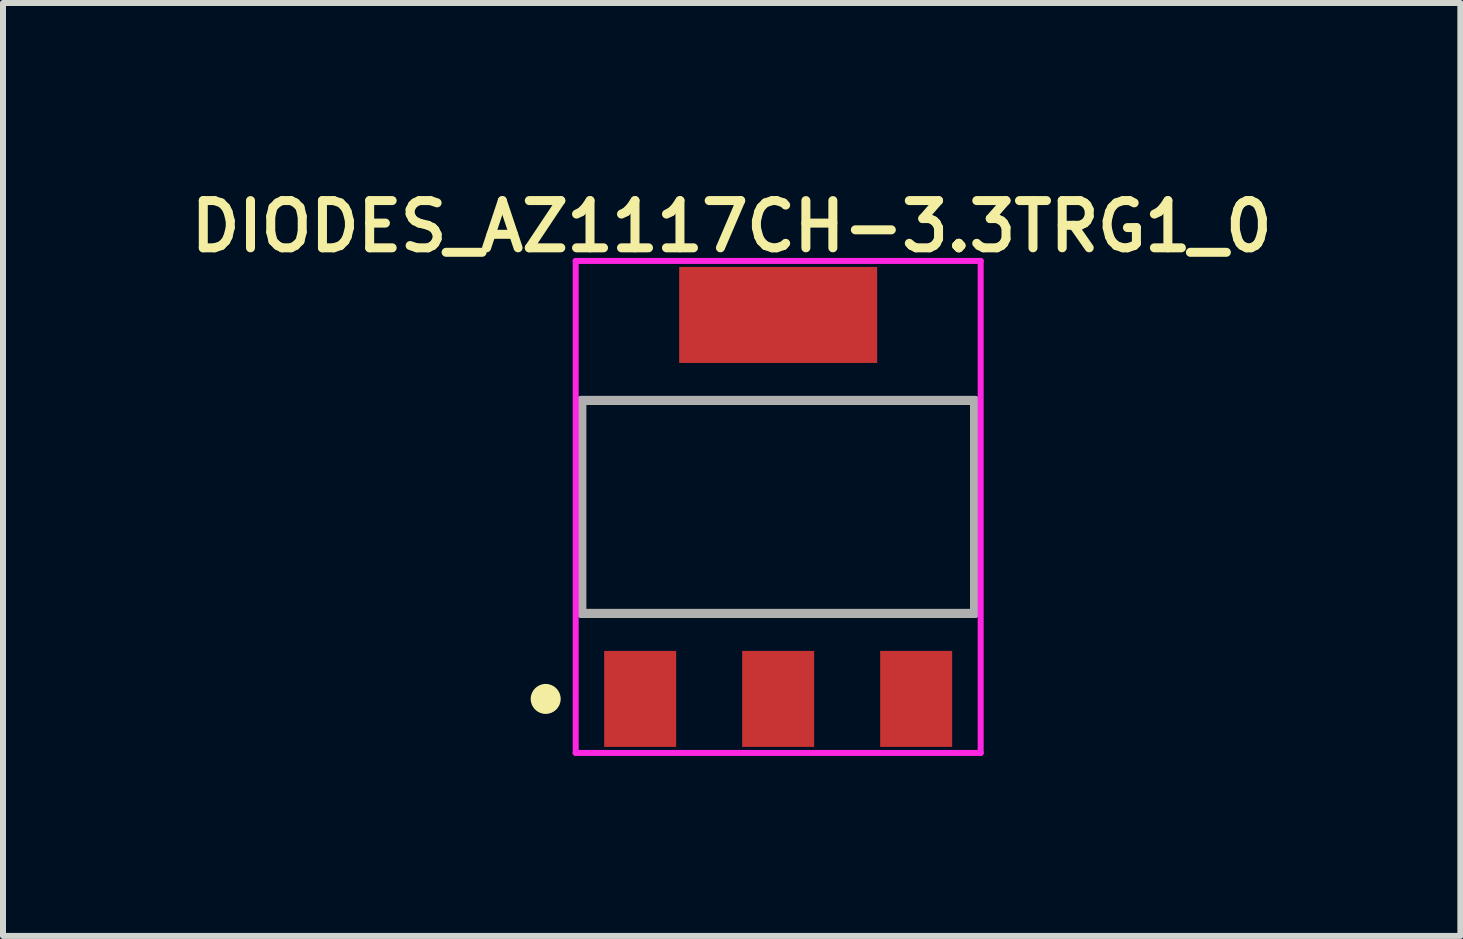
<source format=kicad_pcb>
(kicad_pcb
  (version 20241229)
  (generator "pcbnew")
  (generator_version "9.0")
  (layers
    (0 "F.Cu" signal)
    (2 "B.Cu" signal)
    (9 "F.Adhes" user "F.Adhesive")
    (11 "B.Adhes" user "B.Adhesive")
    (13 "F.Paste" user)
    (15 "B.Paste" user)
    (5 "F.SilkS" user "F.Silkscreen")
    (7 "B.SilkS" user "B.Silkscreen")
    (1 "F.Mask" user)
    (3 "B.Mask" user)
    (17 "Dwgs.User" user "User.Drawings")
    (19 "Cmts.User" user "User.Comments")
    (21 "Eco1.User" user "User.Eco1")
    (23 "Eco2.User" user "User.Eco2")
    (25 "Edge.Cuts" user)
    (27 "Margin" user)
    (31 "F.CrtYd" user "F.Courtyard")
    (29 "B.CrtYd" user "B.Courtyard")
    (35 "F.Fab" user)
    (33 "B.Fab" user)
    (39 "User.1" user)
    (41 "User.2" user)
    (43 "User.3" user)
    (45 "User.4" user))
  (footprint "DIODES_AZ1117CH-3.3TRG1_0"
    (layer "F.Cu")
    (at 9.92 5.399)
    (property "Reference" "DIODES_AZ1117CH-3.3TRG1_0" (at -0.775 -4.675 0) (layer "F.SilkS") (effects (font (size 0.787 0.787) (thickness 0.15))))
    (attr smd)
    (fp_line (start -3.275 -1.775) (end 3.275 -1.775) (stroke (width 0.15) (type solid)) (layer "F.SilkS"))
    (fp_line (start -3.275 1.775) (end -3.275 -1.775) (stroke (width 0.15) (type solid)) (layer "F.SilkS"))
    (fp_line (start -3.275 1.775) (end 3.275 1.775) (stroke (width 0.15) (type solid)) (layer "F.SilkS"))
    (fp_line (start 3.275 1.775) (end 3.275 -1.775) (stroke (width 0.15) (type solid)) (layer "F.SilkS"))
    (fp_circle (center -3.875 3.2) (end -3.625 3.2) (stroke (width 0) (type solid)) (fill yes) (layer "F.SilkS"))
    (fp_line (start -3.375 -4.1) (end 3.375 -4.1) (stroke (width 0.1) (type solid)) (layer "F.CrtYd"))
    (fp_line (start -3.375 4.1) (end -3.375 -4.1) (stroke (width 0.1) (type solid)) (layer "F.CrtYd"))
    (fp_line (start 3.375 -4.1) (end 3.375 4.1) (stroke (width 0.1) (type solid)) (layer "F.CrtYd"))
    (fp_line (start 3.375 4.1) (end -3.375 4.1) (stroke (width 0.1) (type solid)) (layer "F.CrtYd"))
    (fp_line (start -3.275 -1.775) (end 3.275 -1.775) (stroke (width 0.15) (type solid)) (layer "F.Fab"))
    (fp_line (start -3.275 1.775) (end -3.275 -1.775) (stroke (width 0.15) (type solid)) (layer "F.Fab"))
    (fp_line (start 3.275 -1.775) (end 3.275 1.775) (stroke (width 0.15) (type solid)) (layer "F.Fab"))
    (fp_line (start 3.275 1.775) (end -3.275 1.775) (stroke (width 0.15) (type solid)) (layer "F.Fab"))
    (pad "1" smd rect (at -2.3 3.2) (size 1.2 1.6) (layers "F.Cu" "F.Mask" "F.Paste"))
    (pad "2" smd rect (at 0 3.2) (size 1.2 1.6) (layers "F.Cu" "F.Mask" "F.Paste"))
    (pad "3" smd rect (at 2.3 3.2) (size 1.2 1.6) (layers "F.Cu" "F.Mask" "F.Paste"))
    (pad "4" smd rect (at 0 -3.2) (size 3.3 1.6) (layers "F.Cu" "F.Mask" "F.Paste")))
  (gr_rect
    (start -3 -3)
    (end 21.29 12.549)
    (stroke (width 0.1) (type default))
    (fill no)
    (layer "Edge.Cuts")))
</source>
